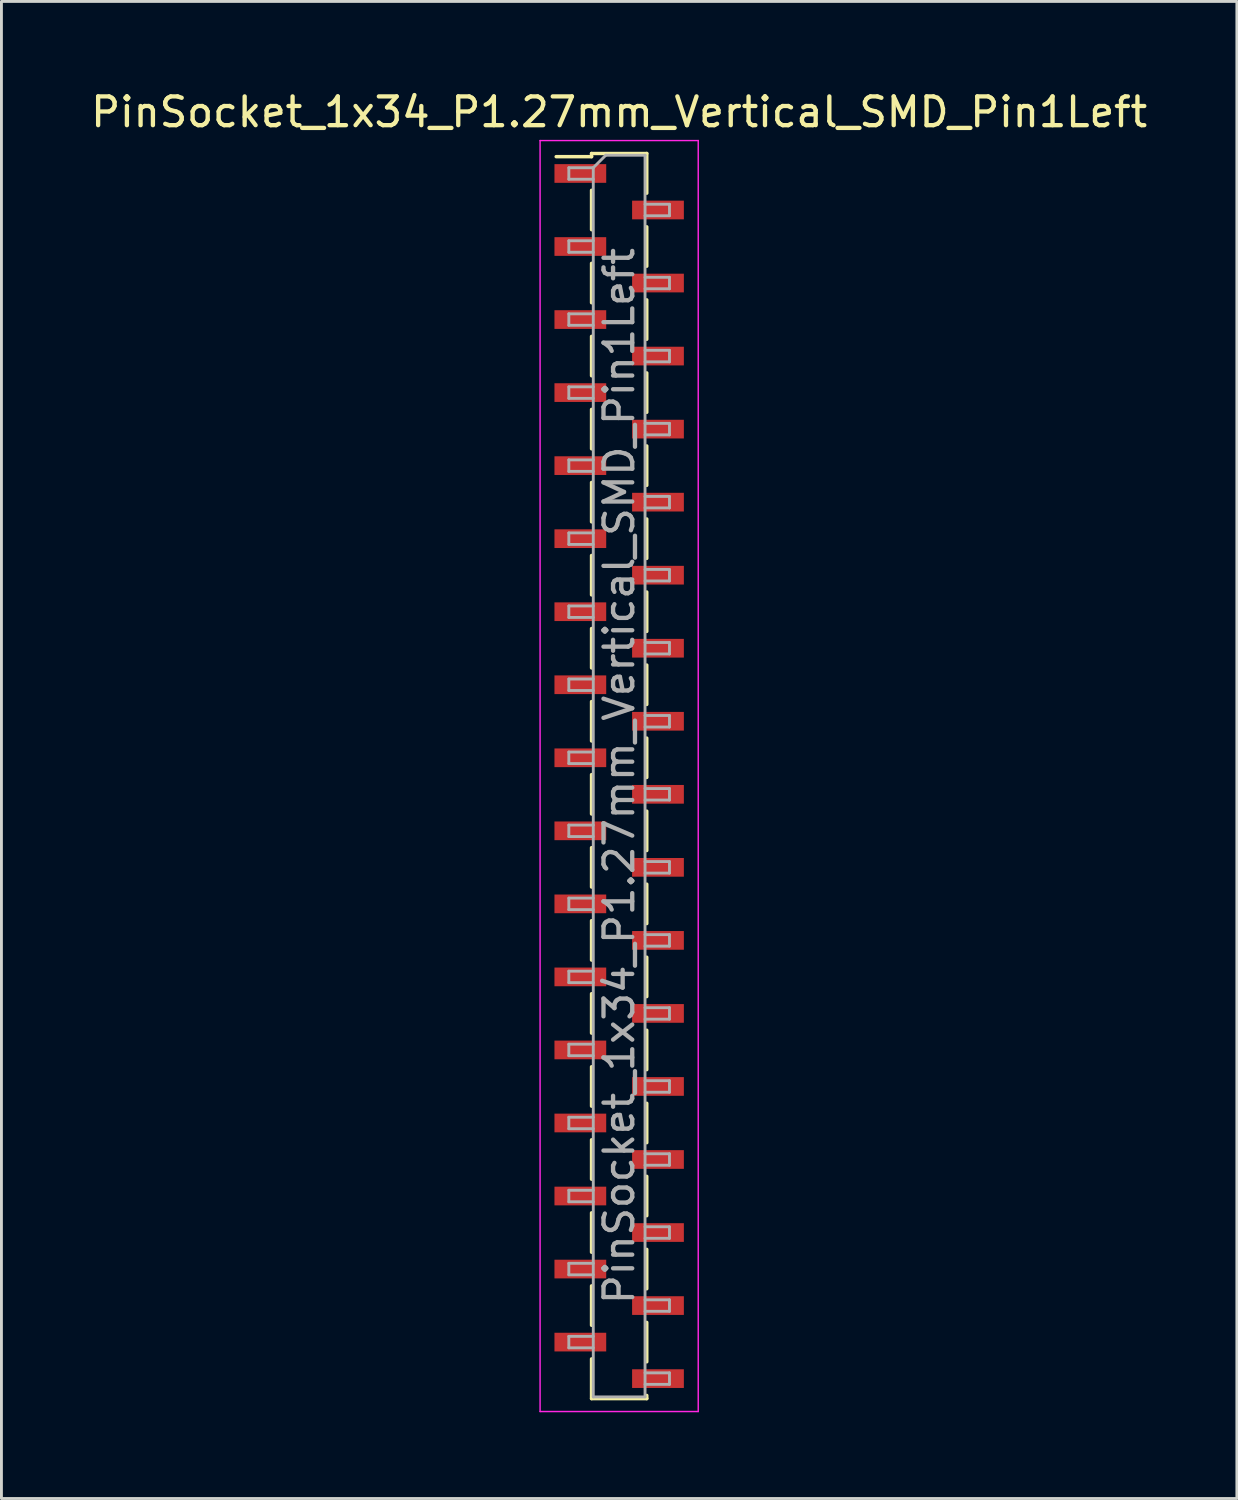
<source format=kicad_pcb>
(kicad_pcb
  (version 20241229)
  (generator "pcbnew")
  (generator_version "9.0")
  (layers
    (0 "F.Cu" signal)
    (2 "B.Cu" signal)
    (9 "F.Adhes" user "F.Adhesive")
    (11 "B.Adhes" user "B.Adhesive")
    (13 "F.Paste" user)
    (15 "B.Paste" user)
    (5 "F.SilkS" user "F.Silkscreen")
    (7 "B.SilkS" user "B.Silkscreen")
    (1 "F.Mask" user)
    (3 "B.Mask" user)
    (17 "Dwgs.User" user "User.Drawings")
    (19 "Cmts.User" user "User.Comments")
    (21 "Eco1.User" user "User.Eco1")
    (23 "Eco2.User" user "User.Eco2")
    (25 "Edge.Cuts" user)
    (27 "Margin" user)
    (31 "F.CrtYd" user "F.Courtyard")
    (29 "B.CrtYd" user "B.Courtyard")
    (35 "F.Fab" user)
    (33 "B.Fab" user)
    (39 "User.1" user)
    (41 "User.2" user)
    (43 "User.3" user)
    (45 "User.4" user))
  (footprint "PinSocket_1x34_P1.27mm_Vertical_SMD_Pin1Left"
    (layer "F.Cu")
    (at 18.482 23.938)
    (property "Reference" "PinSocket_1x34_P1.27mm_Vertical_SMD_Pin1Left" (at 0 -23.09 0) (layer "F.SilkS") (effects (font (size 1 1) (thickness 0.15))))
    (attr smd)
    (fp_line (start -2.19 -21.54) (end -0.96 -21.54) (stroke (width 0.12) (type solid)) (layer "F.SilkS"))
    (fp_line (start -0.96 -21.65) (end -0.96 -21.54) (stroke (width 0.12) (type solid)) (layer "F.SilkS"))
    (fp_line (start -0.96 -21.65) (end 0.96 -21.65) (stroke (width 0.12) (type solid)) (layer "F.SilkS"))
    (fp_line (start -0.96 -20.37) (end -0.96 -19) (stroke (width 0.12) (type solid)) (layer "F.SilkS"))
    (fp_line (start -0.96 -17.83) (end -0.96 -16.46) (stroke (width 0.12) (type solid)) (layer "F.SilkS"))
    (fp_line (start -0.96 -15.29) (end -0.96 -13.92) (stroke (width 0.12) (type solid)) (layer "F.SilkS"))
    (fp_line (start -0.96 -12.75) (end -0.96 -11.38) (stroke (width 0.12) (type solid)) (layer "F.SilkS"))
    (fp_line (start -0.96 -10.21) (end -0.96 -8.84) (stroke (width 0.12) (type solid)) (layer "F.SilkS"))
    (fp_line (start -0.96 -7.67) (end -0.96 -6.3) (stroke (width 0.12) (type solid)) (layer "F.SilkS"))
    (fp_line (start -0.96 -5.13) (end -0.96 -3.76) (stroke (width 0.12) (type solid)) (layer "F.SilkS"))
    (fp_line (start -0.96 -2.59) (end -0.96 -1.22) (stroke (width 0.12) (type solid)) (layer "F.SilkS"))
    (fp_line (start -0.96 -0.05) (end -0.96 1.32) (stroke (width 0.12) (type solid)) (layer "F.SilkS"))
    (fp_line (start -0.96 2.49) (end -0.96 3.86) (stroke (width 0.12) (type solid)) (layer "F.SilkS"))
    (fp_line (start -0.96 5.03) (end -0.96 6.4) (stroke (width 0.12) (type solid)) (layer "F.SilkS"))
    (fp_line (start -0.96 7.57) (end -0.96 8.94) (stroke (width 0.12) (type solid)) (layer "F.SilkS"))
    (fp_line (start -0.96 10.11) (end -0.96 11.48) (stroke (width 0.12) (type solid)) (layer "F.SilkS"))
    (fp_line (start -0.96 12.65) (end -0.96 14.02) (stroke (width 0.12) (type solid)) (layer "F.SilkS"))
    (fp_line (start -0.96 15.19) (end -0.96 16.56) (stroke (width 0.12) (type solid)) (layer "F.SilkS"))
    (fp_line (start -0.96 17.73) (end -0.96 19.1) (stroke (width 0.12) (type solid)) (layer "F.SilkS"))
    (fp_line (start -0.96 20.27) (end -0.96 21.65) (stroke (width 0.12) (type solid)) (layer "F.SilkS"))
    (fp_line (start -0.96 21.65) (end 0.96 21.65) (stroke (width 0.12) (type solid)) (layer "F.SilkS"))
    (fp_line (start 0.96 -21.65) (end 0.96 -20.27) (stroke (width 0.12) (type solid)) (layer "F.SilkS"))
    (fp_line (start 0.96 -19.1) (end 0.96 -17.73) (stroke (width 0.12) (type solid)) (layer "F.SilkS"))
    (fp_line (start 0.96 -16.56) (end 0.96 -15.19) (stroke (width 0.12) (type solid)) (layer "F.SilkS"))
    (fp_line (start 0.96 -14.02) (end 0.96 -12.65) (stroke (width 0.12) (type solid)) (layer "F.SilkS"))
    (fp_line (start 0.96 -11.48) (end 0.96 -10.11) (stroke (width 0.12) (type solid)) (layer "F.SilkS"))
    (fp_line (start 0.96 -8.94) (end 0.96 -7.57) (stroke (width 0.12) (type solid)) (layer "F.SilkS"))
    (fp_line (start 0.96 -6.4) (end 0.96 -5.03) (stroke (width 0.12) (type solid)) (layer "F.SilkS"))
    (fp_line (start 0.96 -3.86) (end 0.96 -2.49) (stroke (width 0.12) (type solid)) (layer "F.SilkS"))
    (fp_line (start 0.96 -1.32) (end 0.96 0.05) (stroke (width 0.12) (type solid)) (layer "F.SilkS"))
    (fp_line (start 0.96 1.22) (end 0.96 2.59) (stroke (width 0.12) (type solid)) (layer "F.SilkS"))
    (fp_line (start 0.96 3.76) (end 0.96 5.13) (stroke (width 0.12) (type solid)) (layer "F.SilkS"))
    (fp_line (start 0.96 6.3) (end 0.96 7.67) (stroke (width 0.12) (type solid)) (layer "F.SilkS"))
    (fp_line (start 0.96 8.84) (end 0.96 10.21) (stroke (width 0.12) (type solid)) (layer "F.SilkS"))
    (fp_line (start 0.96 11.38) (end 0.96 12.75) (stroke (width 0.12) (type solid)) (layer "F.SilkS"))
    (fp_line (start 0.96 13.92) (end 0.96 15.29) (stroke (width 0.12) (type solid)) (layer "F.SilkS"))
    (fp_line (start 0.96 16.46) (end 0.96 17.83) (stroke (width 0.12) (type solid)) (layer "F.SilkS"))
    (fp_line (start 0.96 19) (end 0.96 20.37) (stroke (width 0.12) (type solid)) (layer "F.SilkS"))
    (fp_line (start 0.96 21.54) (end 0.96 21.65) (stroke (width 0.12) (type solid)) (layer "F.SilkS"))
    (fp_line (start -2.75 -22.1) (end 2.75 -22.1) (stroke (width 0.05) (type solid)) (layer "F.CrtYd"))
    (fp_line (start -2.75 22.1) (end -2.75 -22.1) (stroke (width 0.05) (type solid)) (layer "F.CrtYd"))
    (fp_line (start 2.75 -22.1) (end 2.75 22.1) (stroke (width 0.05) (type solid)) (layer "F.CrtYd"))
    (fp_line (start 2.75 22.1) (end -2.75 22.1) (stroke (width 0.05) (type solid)) (layer "F.CrtYd"))
    (fp_line (start -1.75 -21.155) (end -0.9 -21.155) (stroke (width 0.1) (type solid)) (layer "F.Fab"))
    (fp_line (start -1.75 -20.755) (end -1.75 -21.155) (stroke (width 0.1) (type solid)) (layer "F.Fab"))
    (fp_line (start -1.75 -18.615) (end -0.9 -18.615) (stroke (width 0.1) (type solid)) (layer "F.Fab"))
    (fp_line (start -1.75 -18.215) (end -1.75 -18.615) (stroke (width 0.1) (type solid)) (layer "F.Fab"))
    (fp_line (start -1.75 -16.075) (end -0.9 -16.075) (stroke (width 0.1) (type solid)) (layer "F.Fab"))
    (fp_line (start -1.75 -15.675) (end -1.75 -16.075) (stroke (width 0.1) (type solid)) (layer "F.Fab"))
    (fp_line (start -1.75 -13.535) (end -0.9 -13.535) (stroke (width 0.1) (type solid)) (layer "F.Fab"))
    (fp_line (start -1.75 -13.135) (end -1.75 -13.535) (stroke (width 0.1) (type solid)) (layer "F.Fab"))
    (fp_line (start -1.75 -10.995) (end -0.9 -10.995) (stroke (width 0.1) (type solid)) (layer "F.Fab"))
    (fp_line (start -1.75 -10.595) (end -1.75 -10.995) (stroke (width 0.1) (type solid)) (layer "F.Fab"))
    (fp_line (start -1.75 -8.455) (end -0.9 -8.455) (stroke (width 0.1) (type solid)) (layer "F.Fab"))
    (fp_line (start -1.75 -8.055) (end -1.75 -8.455) (stroke (width 0.1) (type solid)) (layer "F.Fab"))
    (fp_line (start -1.75 -5.915) (end -0.9 -5.915) (stroke (width 0.1) (type solid)) (layer "F.Fab"))
    (fp_line (start -1.75 -5.515) (end -1.75 -5.915) (stroke (width 0.1) (type solid)) (layer "F.Fab"))
    (fp_line (start -1.75 -3.375) (end -0.9 -3.375) (stroke (width 0.1) (type solid)) (layer "F.Fab"))
    (fp_line (start -1.75 -2.975) (end -1.75 -3.375) (stroke (width 0.1) (type solid)) (layer "F.Fab"))
    (fp_line (start -1.75 -0.835) (end -0.9 -0.835) (stroke (width 0.1) (type solid)) (layer "F.Fab"))
    (fp_line (start -1.75 -0.435) (end -1.75 -0.835) (stroke (width 0.1) (type solid)) (layer "F.Fab"))
    (fp_line (start -1.75 1.705) (end -0.9 1.705) (stroke (width 0.1) (type solid)) (layer "F.Fab"))
    (fp_line (start -1.75 2.105) (end -1.75 1.705) (stroke (width 0.1) (type solid)) (layer "F.Fab"))
    (fp_line (start -1.75 4.245) (end -0.9 4.245) (stroke (width 0.1) (type solid)) (layer "F.Fab"))
    (fp_line (start -1.75 4.645) (end -1.75 4.245) (stroke (width 0.1) (type solid)) (layer "F.Fab"))
    (fp_line (start -1.75 6.785) (end -0.9 6.785) (stroke (width 0.1) (type solid)) (layer "F.Fab"))
    (fp_line (start -1.75 7.185) (end -1.75 6.785) (stroke (width 0.1) (type solid)) (layer "F.Fab"))
    (fp_line (start -1.75 9.325) (end -0.9 9.325) (stroke (width 0.1) (type solid)) (layer "F.Fab"))
    (fp_line (start -1.75 9.725) (end -1.75 9.325) (stroke (width 0.1) (type solid)) (layer "F.Fab"))
    (fp_line (start -1.75 11.865) (end -0.9 11.865) (stroke (width 0.1) (type solid)) (layer "F.Fab"))
    (fp_line (start -1.75 12.265) (end -1.75 11.865) (stroke (width 0.1) (type solid)) (layer "F.Fab"))
    (fp_line (start -1.75 14.405) (end -0.9 14.405) (stroke (width 0.1) (type solid)) (layer "F.Fab"))
    (fp_line (start -1.75 14.805) (end -1.75 14.405) (stroke (width 0.1) (type solid)) (layer "F.Fab"))
    (fp_line (start -1.75 16.945) (end -0.9 16.945) (stroke (width 0.1) (type solid)) (layer "F.Fab"))
    (fp_line (start -1.75 17.345) (end -1.75 16.945) (stroke (width 0.1) (type solid)) (layer "F.Fab"))
    (fp_line (start -1.75 19.485) (end -0.9 19.485) (stroke (width 0.1) (type solid)) (layer "F.Fab"))
    (fp_line (start -1.75 19.885) (end -1.75 19.485) (stroke (width 0.1) (type solid)) (layer "F.Fab"))
    (fp_line (start -0.9 -21.155) (end -0.465 -21.59) (stroke (width 0.1) (type solid)) (layer "F.Fab"))
    (fp_line (start -0.9 -20.755) (end -1.75 -20.755) (stroke (width 0.1) (type solid)) (layer "F.Fab"))
    (fp_line (start -0.9 -18.215) (end -1.75 -18.215) (stroke (width 0.1) (type solid)) (layer "F.Fab"))
    (fp_line (start -0.9 -15.675) (end -1.75 -15.675) (stroke (width 0.1) (type solid)) (layer "F.Fab"))
    (fp_line (start -0.9 -13.135) (end -1.75 -13.135) (stroke (width 0.1) (type solid)) (layer "F.Fab"))
    (fp_line (start -0.9 -10.595) (end -1.75 -10.595) (stroke (width 0.1) (type solid)) (layer "F.Fab"))
    (fp_line (start -0.9 -8.055) (end -1.75 -8.055) (stroke (width 0.1) (type solid)) (layer "F.Fab"))
    (fp_line (start -0.9 -5.515) (end -1.75 -5.515) (stroke (width 0.1) (type solid)) (layer "F.Fab"))
    (fp_line (start -0.9 -2.975) (end -1.75 -2.975) (stroke (width 0.1) (type solid)) (layer "F.Fab"))
    (fp_line (start -0.9 -0.435) (end -1.75 -0.435) (stroke (width 0.1) (type solid)) (layer "F.Fab"))
    (fp_line (start -0.9 2.105) (end -1.75 2.105) (stroke (width 0.1) (type solid)) (layer "F.Fab"))
    (fp_line (start -0.9 4.645) (end -1.75 4.645) (stroke (width 0.1) (type solid)) (layer "F.Fab"))
    (fp_line (start -0.9 7.185) (end -1.75 7.185) (stroke (width 0.1) (type solid)) (layer "F.Fab"))
    (fp_line (start -0.9 9.725) (end -1.75 9.725) (stroke (width 0.1) (type solid)) (layer "F.Fab"))
    (fp_line (start -0.9 12.265) (end -1.75 12.265) (stroke (width 0.1) (type solid)) (layer "F.Fab"))
    (fp_line (start -0.9 14.805) (end -1.75 14.805) (stroke (width 0.1) (type solid)) (layer "F.Fab"))
    (fp_line (start -0.9 17.345) (end -1.75 17.345) (stroke (width 0.1) (type solid)) (layer "F.Fab"))
    (fp_line (start -0.9 19.885) (end -1.75 19.885) (stroke (width 0.1) (type solid)) (layer "F.Fab"))
    (fp_line (start -0.9 21.59) (end -0.9 -21.155) (stroke (width 0.1) (type solid)) (layer "F.Fab"))
    (fp_line (start -0.465 -21.59) (end 0.9 -21.59) (stroke (width 0.1) (type solid)) (layer "F.Fab"))
    (fp_line (start 0.9 -21.59) (end 0.9 21.59) (stroke (width 0.1) (type solid)) (layer "F.Fab"))
    (fp_line (start 0.9 -19.885) (end 1.75 -19.885) (stroke (width 0.1) (type solid)) (layer "F.Fab"))
    (fp_line (start 0.9 -17.345) (end 1.75 -17.345) (stroke (width 0.1) (type solid)) (layer "F.Fab"))
    (fp_line (start 0.9 -14.805) (end 1.75 -14.805) (stroke (width 0.1) (type solid)) (layer "F.Fab"))
    (fp_line (start 0.9 -12.265) (end 1.75 -12.265) (stroke (width 0.1) (type solid)) (layer "F.Fab"))
    (fp_line (start 0.9 -9.725) (end 1.75 -9.725) (stroke (width 0.1) (type solid)) (layer "F.Fab"))
    (fp_line (start 0.9 -7.185) (end 1.75 -7.185) (stroke (width 0.1) (type solid)) (layer "F.Fab"))
    (fp_line (start 0.9 -4.645) (end 1.75 -4.645) (stroke (width 0.1) (type solid)) (layer "F.Fab"))
    (fp_line (start 0.9 -2.105) (end 1.75 -2.105) (stroke (width 0.1) (type solid)) (layer "F.Fab"))
    (fp_line (start 0.9 0.435) (end 1.75 0.435) (stroke (width 0.1) (type solid)) (layer "F.Fab"))
    (fp_line (start 0.9 2.975) (end 1.75 2.975) (stroke (width 0.1) (type solid)) (layer "F.Fab"))
    (fp_line (start 0.9 5.515) (end 1.75 5.515) (stroke (width 0.1) (type solid)) (layer "F.Fab"))
    (fp_line (start 0.9 8.055) (end 1.75 8.055) (stroke (width 0.1) (type solid)) (layer "F.Fab"))
    (fp_line (start 0.9 10.595) (end 1.75 10.595) (stroke (width 0.1) (type solid)) (layer "F.Fab"))
    (fp_line (start 0.9 13.135) (end 1.75 13.135) (stroke (width 0.1) (type solid)) (layer "F.Fab"))
    (fp_line (start 0.9 15.675) (end 1.75 15.675) (stroke (width 0.1) (type solid)) (layer "F.Fab"))
    (fp_line (start 0.9 18.215) (end 1.75 18.215) (stroke (width 0.1) (type solid)) (layer "F.Fab"))
    (fp_line (start 0.9 20.755) (end 1.75 20.755) (stroke (width 0.1) (type solid)) (layer "F.Fab"))
    (fp_line (start 0.9 21.59) (end -0.9 21.59) (stroke (width 0.1) (type solid)) (layer "F.Fab"))
    (fp_line (start 1.75 -19.885) (end 1.75 -19.485) (stroke (width 0.1) (type solid)) (layer "F.Fab"))
    (fp_line (start 1.75 -19.485) (end 0.9 -19.485) (stroke (width 0.1) (type solid)) (layer "F.Fab"))
    (fp_line (start 1.75 -17.345) (end 1.75 -16.945) (stroke (width 0.1) (type solid)) (layer "F.Fab"))
    (fp_line (start 1.75 -16.945) (end 0.9 -16.945) (stroke (width 0.1) (type solid)) (layer "F.Fab"))
    (fp_line (start 1.75 -14.805) (end 1.75 -14.405) (stroke (width 0.1) (type solid)) (layer "F.Fab"))
    (fp_line (start 1.75 -14.405) (end 0.9 -14.405) (stroke (width 0.1) (type solid)) (layer "F.Fab"))
    (fp_line (start 1.75 -12.265) (end 1.75 -11.865) (stroke (width 0.1) (type solid)) (layer "F.Fab"))
    (fp_line (start 1.75 -11.865) (end 0.9 -11.865) (stroke (width 0.1) (type solid)) (layer "F.Fab"))
    (fp_line (start 1.75 -9.725) (end 1.75 -9.325) (stroke (width 0.1) (type solid)) (layer "F.Fab"))
    (fp_line (start 1.75 -9.325) (end 0.9 -9.325) (stroke (width 0.1) (type solid)) (layer "F.Fab"))
    (fp_line (start 1.75 -7.185) (end 1.75 -6.785) (stroke (width 0.1) (type solid)) (layer "F.Fab"))
    (fp_line (start 1.75 -6.785) (end 0.9 -6.785) (stroke (width 0.1) (type solid)) (layer "F.Fab"))
    (fp_line (start 1.75 -4.645) (end 1.75 -4.245) (stroke (width 0.1) (type solid)) (layer "F.Fab"))
    (fp_line (start 1.75 -4.245) (end 0.9 -4.245) (stroke (width 0.1) (type solid)) (layer "F.Fab"))
    (fp_line (start 1.75 -2.105) (end 1.75 -1.705) (stroke (width 0.1) (type solid)) (layer "F.Fab"))
    (fp_line (start 1.75 -1.705) (end 0.9 -1.705) (stroke (width 0.1) (type solid)) (layer "F.Fab"))
    (fp_line (start 1.75 0.435) (end 1.75 0.835) (stroke (width 0.1) (type solid)) (layer "F.Fab"))
    (fp_line (start 1.75 0.835) (end 0.9 0.835) (stroke (width 0.1) (type solid)) (layer "F.Fab"))
    (fp_line (start 1.75 2.975) (end 1.75 3.375) (stroke (width 0.1) (type solid)) (layer "F.Fab"))
    (fp_line (start 1.75 3.375) (end 0.9 3.375) (stroke (width 0.1) (type solid)) (layer "F.Fab"))
    (fp_line (start 1.75 5.515) (end 1.75 5.915) (stroke (width 0.1) (type solid)) (layer "F.Fab"))
    (fp_line (start 1.75 5.915) (end 0.9 5.915) (stroke (width 0.1) (type solid)) (layer "F.Fab"))
    (fp_line (start 1.75 8.055) (end 1.75 8.455) (stroke (width 0.1) (type solid)) (layer "F.Fab"))
    (fp_line (start 1.75 8.455) (end 0.9 8.455) (stroke (width 0.1) (type solid)) (layer "F.Fab"))
    (fp_line (start 1.75 10.595) (end 1.75 10.995) (stroke (width 0.1) (type solid)) (layer "F.Fab"))
    (fp_line (start 1.75 10.995) (end 0.9 10.995) (stroke (width 0.1) (type solid)) (layer "F.Fab"))
    (fp_line (start 1.75 13.135) (end 1.75 13.535) (stroke (width 0.1) (type solid)) (layer "F.Fab"))
    (fp_line (start 1.75 13.535) (end 0.9 13.535) (stroke (width 0.1) (type solid)) (layer "F.Fab"))
    (fp_line (start 1.75 15.675) (end 1.75 16.075) (stroke (width 0.1) (type solid)) (layer "F.Fab"))
    (fp_line (start 1.75 16.075) (end 0.9 16.075) (stroke (width 0.1) (type solid)) (layer "F.Fab"))
    (fp_line (start 1.75 18.215) (end 1.75 18.615) (stroke (width 0.1) (type solid)) (layer "F.Fab"))
    (fp_line (start 1.75 18.615) (end 0.9 18.615) (stroke (width 0.1) (type solid)) (layer "F.Fab"))
    (fp_line (start 1.75 20.755) (end 1.75 21.155) (stroke (width 0.1) (type solid)) (layer "F.Fab"))
    (fp_line (start 1.75 21.155) (end 0.9 21.155) (stroke (width 0.1) (type solid)) (layer "F.Fab"))
    (fp_text user "${REFERENCE}" (at 0 0 90) (layer "F.Fab") (effects (font (size 1 1) (thickness 0.15))))
    (pad "1" smd rect (at -1.35 -20.955) (size 1.8 0.65) (layers "F.Cu" "F.Mask" "F.Paste"))
    (pad "2" smd rect (at 1.35 -19.685) (size 1.8 0.65) (layers "F.Cu" "F.Mask" "F.Paste"))
    (pad "3" smd rect (at -1.35 -18.415) (size 1.8 0.65) (layers "F.Cu" "F.Mask" "F.Paste"))
    (pad "4" smd rect (at 1.35 -17.145) (size 1.8 0.65) (layers "F.Cu" "F.Mask" "F.Paste"))
    (pad "5" smd rect (at -1.35 -15.875) (size 1.8 0.65) (layers "F.Cu" "F.Mask" "F.Paste"))
    (pad "6" smd rect (at 1.35 -14.605) (size 1.8 0.65) (layers "F.Cu" "F.Mask" "F.Paste"))
    (pad "7" smd rect (at -1.35 -13.335) (size 1.8 0.65) (layers "F.Cu" "F.Mask" "F.Paste"))
    (pad "8" smd rect (at 1.35 -12.065) (size 1.8 0.65) (layers "F.Cu" "F.Mask" "F.Paste"))
    (pad "9" smd rect (at -1.35 -10.795) (size 1.8 0.65) (layers "F.Cu" "F.Mask" "F.Paste"))
    (pad "10" smd rect (at 1.35 -9.525) (size 1.8 0.65) (layers "F.Cu" "F.Mask" "F.Paste"))
    (pad "11" smd rect (at -1.35 -8.255) (size 1.8 0.65) (layers "F.Cu" "F.Mask" "F.Paste"))
    (pad "12" smd rect (at 1.35 -6.985) (size 1.8 0.65) (layers "F.Cu" "F.Mask" "F.Paste"))
    (pad "13" smd rect (at -1.35 -5.715) (size 1.8 0.65) (layers "F.Cu" "F.Mask" "F.Paste"))
    (pad "14" smd rect (at 1.35 -4.445) (size 1.8 0.65) (layers "F.Cu" "F.Mask" "F.Paste"))
    (pad "15" smd rect (at -1.35 -3.175) (size 1.8 0.65) (layers "F.Cu" "F.Mask" "F.Paste"))
    (pad "16" smd rect (at 1.35 -1.905) (size 1.8 0.65) (layers "F.Cu" "F.Mask" "F.Paste"))
    (pad "17" smd rect (at -1.35 -0.635) (size 1.8 0.65) (layers "F.Cu" "F.Mask" "F.Paste"))
    (pad "18" smd rect (at 1.35 0.635) (size 1.8 0.65) (layers "F.Cu" "F.Mask" "F.Paste"))
    (pad "19" smd rect (at -1.35 1.905) (size 1.8 0.65) (layers "F.Cu" "F.Mask" "F.Paste"))
    (pad "20" smd rect (at 1.35 3.175) (size 1.8 0.65) (layers "F.Cu" "F.Mask" "F.Paste"))
    (pad "21" smd rect (at -1.35 4.445) (size 1.8 0.65) (layers "F.Cu" "F.Mask" "F.Paste"))
    (pad "22" smd rect (at 1.35 5.715) (size 1.8 0.65) (layers "F.Cu" "F.Mask" "F.Paste"))
    (pad "23" smd rect (at -1.35 6.985) (size 1.8 0.65) (layers "F.Cu" "F.Mask" "F.Paste"))
    (pad "24" smd rect (at 1.35 8.255) (size 1.8 0.65) (layers "F.Cu" "F.Mask" "F.Paste"))
    (pad "25" smd rect (at -1.35 9.525) (size 1.8 0.65) (layers "F.Cu" "F.Mask" "F.Paste"))
    (pad "26" smd rect (at 1.35 10.795) (size 1.8 0.65) (layers "F.Cu" "F.Mask" "F.Paste"))
    (pad "27" smd rect (at -1.35 12.065) (size 1.8 0.65) (layers "F.Cu" "F.Mask" "F.Paste"))
    (pad "28" smd rect (at 1.35 13.335) (size 1.8 0.65) (layers "F.Cu" "F.Mask" "F.Paste"))
    (pad "29" smd rect (at -1.35 14.605) (size 1.8 0.65) (layers "F.Cu" "F.Mask" "F.Paste"))
    (pad "30" smd rect (at 1.35 15.875) (size 1.8 0.65) (layers "F.Cu" "F.Mask" "F.Paste"))
    (pad "31" smd rect (at -1.35 17.145) (size 1.8 0.65) (layers "F.Cu" "F.Mask" "F.Paste"))
    (pad "32" smd rect (at 1.35 18.415) (size 1.8 0.65) (layers "F.Cu" "F.Mask" "F.Paste"))
    (pad "33" smd rect (at -1.35 19.685) (size 1.8 0.65) (layers "F.Cu" "F.Mask" "F.Paste"))
    (pad "34" smd rect (at 1.35 20.955) (size 1.8 0.65) (layers "F.Cu" "F.Mask" "F.Paste")))
  (gr_rect
    (start -3 -3)
    (end 39.964 49.063)
    (stroke (width 0.1) (type default))
    (fill no)
    (layer "Edge.Cuts")))
</source>
